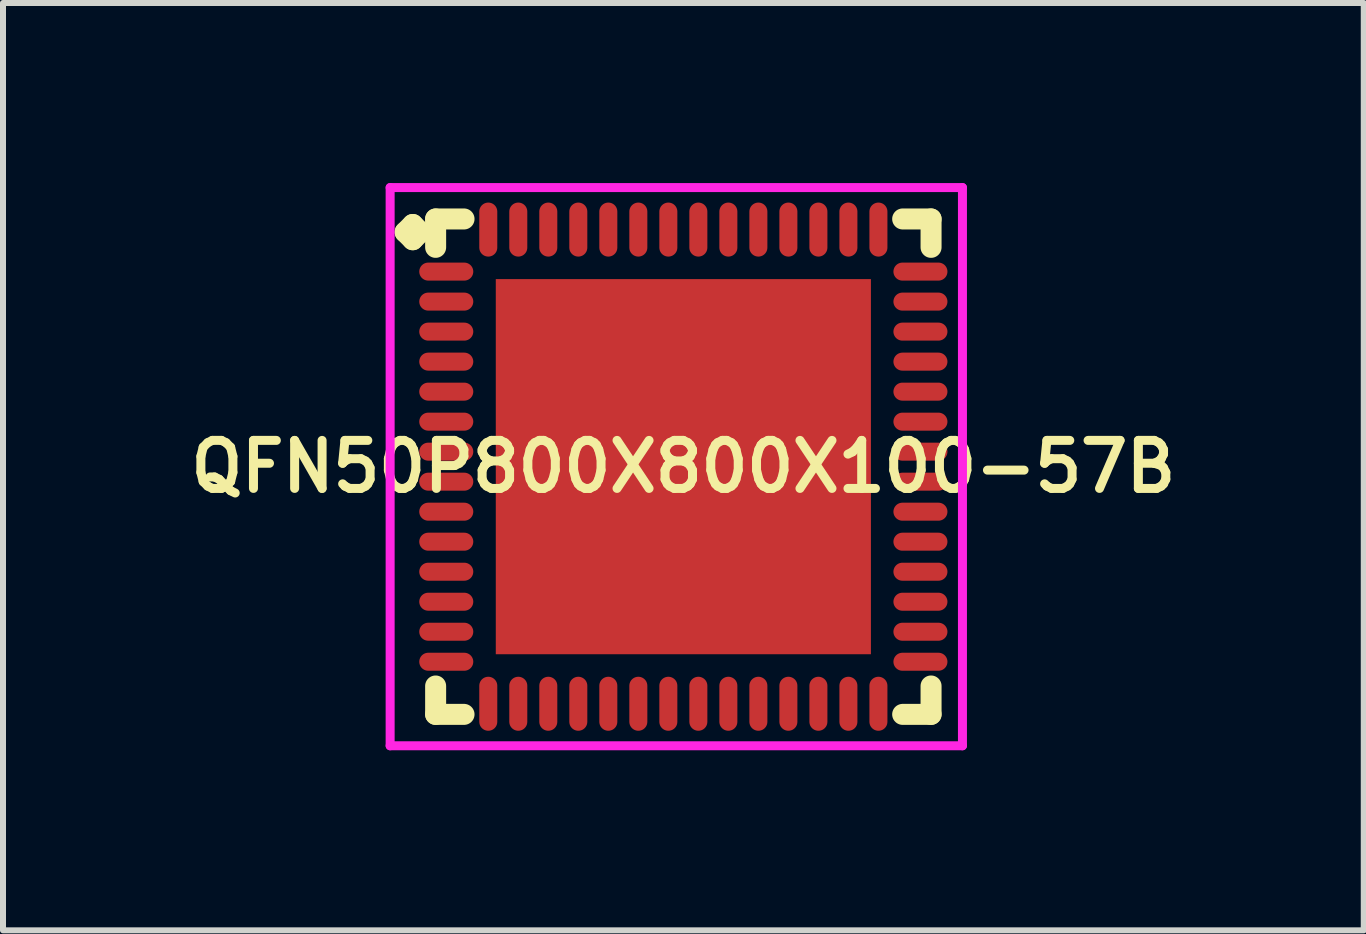
<source format=kicad_pcb>
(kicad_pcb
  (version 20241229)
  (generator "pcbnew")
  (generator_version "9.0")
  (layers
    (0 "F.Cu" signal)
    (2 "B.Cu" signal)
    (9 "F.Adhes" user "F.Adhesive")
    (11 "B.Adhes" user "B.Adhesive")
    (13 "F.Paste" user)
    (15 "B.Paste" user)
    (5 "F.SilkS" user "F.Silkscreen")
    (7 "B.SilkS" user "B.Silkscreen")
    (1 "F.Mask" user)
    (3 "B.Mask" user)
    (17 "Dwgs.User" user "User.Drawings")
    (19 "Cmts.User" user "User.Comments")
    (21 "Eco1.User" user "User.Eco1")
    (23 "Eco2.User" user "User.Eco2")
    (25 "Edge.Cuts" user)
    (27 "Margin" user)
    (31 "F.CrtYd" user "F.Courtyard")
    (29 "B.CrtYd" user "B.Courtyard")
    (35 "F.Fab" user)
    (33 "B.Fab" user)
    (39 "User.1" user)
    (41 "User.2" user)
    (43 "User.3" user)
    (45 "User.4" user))
  (footprint "QFN50P800X800X100-57B"
    (layer "F.Cu")
    (at 8.335 4.725)
    (property "Reference" "QFN50P800X800X100-57B" (at 0 0 0) (layer "F.SilkS") (effects (font (size 0.8 0.8) (thickness 0.15))))
    (attr smd)
    (fp_line (start -4.635 -3.908) (end -4.508 -4.035) (stroke (width 0.35) (type solid)) (layer "F.SilkS"))
    (fp_line (start -4.508 -4.035) (end -4.381 -3.908) (stroke (width 0.35) (type solid)) (layer "F.SilkS"))
    (fp_line (start -4.508 -3.781) (end -4.635 -3.908) (stroke (width 0.35) (type solid)) (layer "F.SilkS"))
    (fp_line (start -4.381 -3.908) (end -4.508 -3.781) (stroke (width 0.35) (type solid)) (layer "F.SilkS"))
    (fp_line (start -4.127 -4.127) (end -3.654 -4.127) (stroke (width 0.35) (type solid)) (layer "F.SilkS"))
    (fp_line (start -4.127 -3.654) (end -4.127 -4.127) (stroke (width 0.35) (type solid)) (layer "F.SilkS"))
    (fp_line (start -4.127 3.654) (end -4.127 4.127) (stroke (width 0.35) (type solid)) (layer "F.SilkS"))
    (fp_line (start -4.127 4.127) (end -3.654 4.127) (stroke (width 0.35) (type solid)) (layer "F.SilkS"))
    (fp_line (start 3.654 -4.127) (end 4.127 -4.127) (stroke (width 0.35) (type solid)) (layer "F.SilkS"))
    (fp_line (start 3.654 4.127) (end 4.127 4.127) (stroke (width 0.35) (type solid)) (layer "F.SilkS"))
    (fp_line (start 4.127 -4.127) (end 4.127 -3.654) (stroke (width 0.35) (type solid)) (layer "F.SilkS"))
    (fp_line (start 4.127 4.127) (end 4.127 3.654) (stroke (width 0.35) (type solid)) (layer "F.SilkS"))
    (fp_line (start -4.885 -4.65) (end 4.65 -4.65) (stroke (width 0.15) (type solid)) (layer "F.CrtYd"))
    (fp_line (start -4.885 4.65) (end -4.885 -4.65) (stroke (width 0.15) (type solid)) (layer "F.CrtYd"))
    (fp_line (start 4.65 -4.65) (end 4.65 4.65) (stroke (width 0.15) (type solid)) (layer "F.CrtYd"))
    (fp_line (start 4.65 4.65) (end -4.885 4.65) (stroke (width 0.15) (type solid)) (layer "F.CrtYd"))
    (pad "1" smd oval (at -3.95 -3.25) (size 0.9 0.3) (layers "F.Cu" "F.Mask" "F.Paste"))
    (pad "2" smd oval (at -3.95 -2.75) (size 0.9 0.3) (layers "F.Cu" "F.Mask" "F.Paste"))
    (pad "3" smd oval (at -3.95 -2.25) (size 0.9 0.3) (layers "F.Cu" "F.Mask" "F.Paste"))
    (pad "4" smd oval (at -3.95 -1.75) (size 0.9 0.3) (layers "F.Cu" "F.Mask" "F.Paste"))
    (pad "5" smd oval (at -3.95 -1.25) (size 0.9 0.3) (layers "F.Cu" "F.Mask" "F.Paste"))
    (pad "6" smd oval (at -3.95 -0.75) (size 0.9 0.3) (layers "F.Cu" "F.Mask" "F.Paste"))
    (pad "7" smd oval (at -3.95 -0.25) (size 0.9 0.3) (layers "F.Cu" "F.Mask" "F.Paste"))
    (pad "8" smd oval (at -3.95 0.25) (size 0.9 0.3) (layers "F.Cu" "F.Mask" "F.Paste"))
    (pad "9" smd oval (at -3.95 0.75) (size 0.9 0.3) (layers "F.Cu" "F.Mask" "F.Paste"))
    (pad "10" smd oval (at -3.95 1.25) (size 0.9 0.3) (layers "F.Cu" "F.Mask" "F.Paste"))
    (pad "11" smd oval (at -3.95 1.75) (size 0.9 0.3) (layers "F.Cu" "F.Mask" "F.Paste"))
    (pad "12" smd oval (at -3.95 2.25) (size 0.9 0.3) (layers "F.Cu" "F.Mask" "F.Paste"))
    (pad "13" smd oval (at -3.95 2.75) (size 0.9 0.3) (layers "F.Cu" "F.Mask" "F.Paste"))
    (pad "14" smd oval (at -3.95 3.25) (size 0.9 0.3) (layers "F.Cu" "F.Mask" "F.Paste"))
    (pad "15" smd oval (at -3.25 3.95) (size 0.3 0.9) (layers "F.Cu" "F.Mask" "F.Paste"))
    (pad "16" smd oval (at -2.75 3.95) (size 0.3 0.9) (layers "F.Cu" "F.Mask" "F.Paste"))
    (pad "17" smd oval (at -2.25 3.95) (size 0.3 0.9) (layers "F.Cu" "F.Mask" "F.Paste"))
    (pad "18" smd oval (at -1.75 3.95) (size 0.3 0.9) (layers "F.Cu" "F.Mask" "F.Paste"))
    (pad "19" smd oval (at -1.25 3.95) (size 0.3 0.9) (layers "F.Cu" "F.Mask" "F.Paste"))
    (pad "20" smd oval (at -0.75 3.95) (size 0.3 0.9) (layers "F.Cu" "F.Mask" "F.Paste"))
    (pad "21" smd oval (at -0.25 3.95) (size 0.3 0.9) (layers "F.Cu" "F.Mask" "F.Paste"))
    (pad "22" smd oval (at 0.25 3.95) (size 0.3 0.9) (layers "F.Cu" "F.Mask" "F.Paste"))
    (pad "23" smd oval (at 0.75 3.95) (size 0.3 0.9) (layers "F.Cu" "F.Mask" "F.Paste"))
    (pad "24" smd oval (at 1.25 3.95) (size 0.3 0.9) (layers "F.Cu" "F.Mask" "F.Paste"))
    (pad "25" smd oval (at 1.75 3.95) (size 0.3 0.9) (layers "F.Cu" "F.Mask" "F.Paste"))
    (pad "26" smd oval (at 2.25 3.95) (size 0.3 0.9) (layers "F.Cu" "F.Mask" "F.Paste"))
    (pad "27" smd oval (at 2.75 3.95) (size 0.3 0.9) (layers "F.Cu" "F.Mask" "F.Paste"))
    (pad "28" smd oval (at 3.25 3.95) (size 0.3 0.9) (layers "F.Cu" "F.Mask" "F.Paste"))
    (pad "29" smd oval (at 3.95 3.25) (size 0.9 0.3) (layers "F.Cu" "F.Mask" "F.Paste"))
    (pad "30" smd oval (at 3.95 2.75) (size 0.9 0.3) (layers "F.Cu" "F.Mask" "F.Paste"))
    (pad "31" smd oval (at 3.95 2.25) (size 0.9 0.3) (layers "F.Cu" "F.Mask" "F.Paste"))
    (pad "32" smd oval (at 3.95 1.75) (size 0.9 0.3) (layers "F.Cu" "F.Mask" "F.Paste"))
    (pad "33" smd oval (at 3.95 1.25) (size 0.9 0.3) (layers "F.Cu" "F.Mask" "F.Paste"))
    (pad "34" smd oval (at 3.95 0.75) (size 0.9 0.3) (layers "F.Cu" "F.Mask" "F.Paste"))
    (pad "35" smd oval (at 3.95 0.25) (size 0.9 0.3) (layers "F.Cu" "F.Mask" "F.Paste"))
    (pad "36" smd oval (at 3.95 -0.25) (size 0.9 0.3) (layers "F.Cu" "F.Mask" "F.Paste"))
    (pad "37" smd oval (at 3.95 -0.75) (size 0.9 0.3) (layers "F.Cu" "F.Mask" "F.Paste"))
    (pad "38" smd oval (at 3.95 -1.25) (size 0.9 0.3) (layers "F.Cu" "F.Mask" "F.Paste"))
    (pad "39" smd oval (at 3.95 -1.75) (size 0.9 0.3) (layers "F.Cu" "F.Mask" "F.Paste"))
    (pad "40" smd oval (at 3.95 -2.25) (size 0.9 0.3) (layers "F.Cu" "F.Mask" "F.Paste"))
    (pad "41" smd oval (at 3.95 -2.75) (size 0.9 0.3) (layers "F.Cu" "F.Mask" "F.Paste"))
    (pad "42" smd oval (at 3.95 -3.25) (size 0.9 0.3) (layers "F.Cu" "F.Mask" "F.Paste"))
    (pad "43" smd oval (at 3.25 -3.95) (size 0.3 0.9) (layers "F.Cu" "F.Mask" "F.Paste"))
    (pad "44" smd oval (at 2.75 -3.95) (size 0.3 0.9) (layers "F.Cu" "F.Mask" "F.Paste"))
    (pad "45" smd oval (at 2.25 -3.95) (size 0.3 0.9) (layers "F.Cu" "F.Mask" "F.Paste"))
    (pad "46" smd oval (at 1.75 -3.95) (size 0.3 0.9) (layers "F.Cu" "F.Mask" "F.Paste"))
    (pad "47" smd oval (at 1.25 -3.95) (size 0.3 0.9) (layers "F.Cu" "F.Mask" "F.Paste"))
    (pad "48" smd oval (at 0.75 -3.95) (size 0.3 0.9) (layers "F.Cu" "F.Mask" "F.Paste"))
    (pad "49" smd oval (at 0.25 -3.95) (size 0.3 0.9) (layers "F.Cu" "F.Mask" "F.Paste"))
    (pad "50" smd oval (at -0.25 -3.95) (size 0.3 0.9) (layers "F.Cu" "F.Mask" "F.Paste"))
    (pad "51" smd oval (at -0.75 -3.95) (size 0.3 0.9) (layers "F.Cu" "F.Mask" "F.Paste"))
    (pad "52" smd oval (at -1.25 -3.95) (size 0.3 0.9) (layers "F.Cu" "F.Mask" "F.Paste"))
    (pad "53" smd oval (at -1.75 -3.95) (size 0.3 0.9) (layers "F.Cu" "F.Mask" "F.Paste"))
    (pad "54" smd oval (at -2.25 -3.95) (size 0.3 0.9) (layers "F.Cu" "F.Mask" "F.Paste"))
    (pad "55" smd oval (at -2.75 -3.95) (size 0.3 0.9) (layers "F.Cu" "F.Mask" "F.Paste"))
    (pad "56" smd oval (at -3.25 -3.95) (size 0.3 0.9) (layers "F.Cu" "F.Mask" "F.Paste"))
    (pad "57" smd rect (at 0 0) (size 6.25 6.25) (layers "F.Cu" "F.Mask" "F.Paste")))
  (gr_rect
    (start -3 -3)
    (end 19.671 12.45)
    (stroke (width 0.1) (type default))
    (fill no)
    (layer "Edge.Cuts")))
</source>
